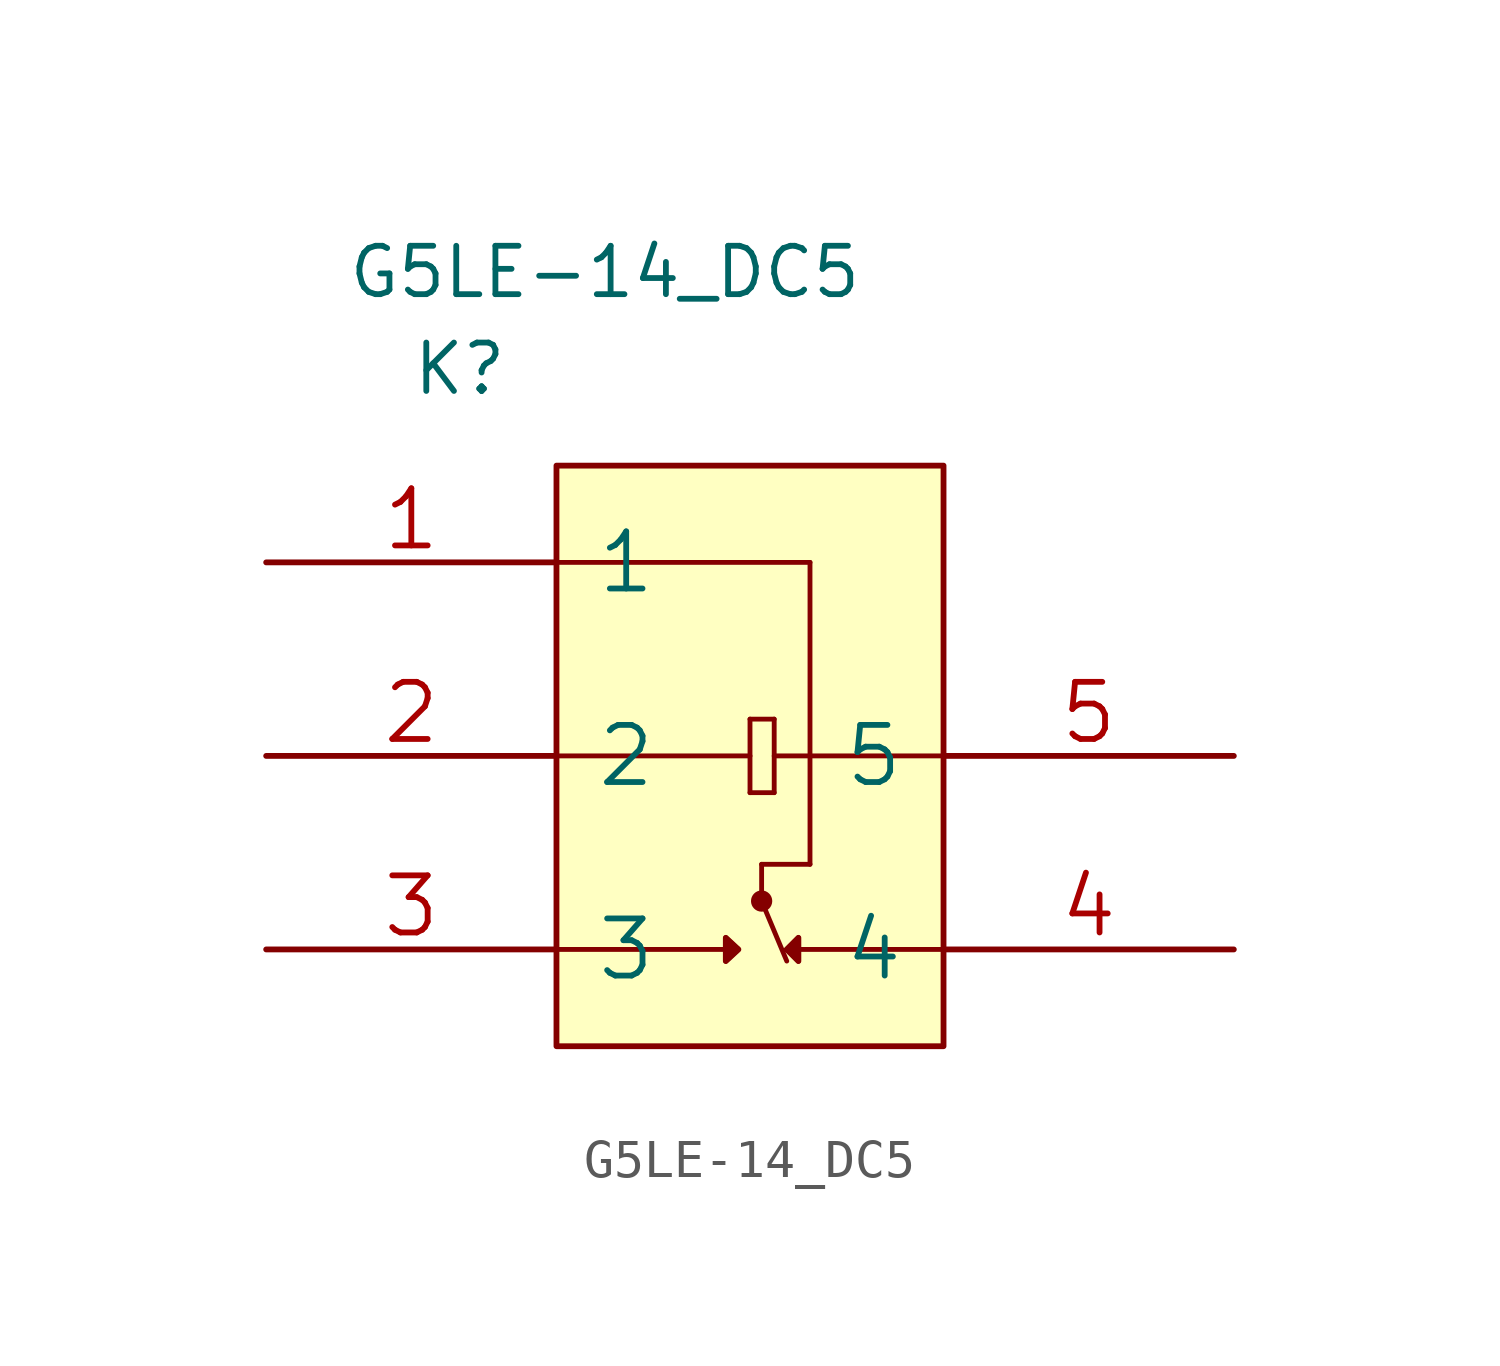
<source format=kicad_sym>
(kicad_symbol_lib
  (version 20241209)
  (generator "kicad_symbol_editor")
  (generator_version "9.0")
  (symbol "G5LE-14_DC5"
    (pin_names
      (offset 1.016))
    (property "Reference" "K"
      (at -2.54 2.54 0)
      (effects (font (size 1.27 1.27))))
    (property "Value" "G5LE-14_DC5"
      (at 1.27 5.08 0)
      (effects (font (size 1.27 1.27))))
    (symbol "G5LE-14_DC5_0_1"
      (rectangle (start 0 0) (end 10.16 -15.24) (stroke (width 0) (type solid)) (fill (type background))))
    (symbol "G5LE-14_DC5_1_1"
      (polyline (pts (xy 0 -2.54) (xy 6.655 -2.54)) (stroke (width 0.127) (type solid)) (fill (type none)))
      (polyline (pts (xy 0 -7.62) (xy 5.08 -7.62)) (stroke (width 0.127) (type solid)) (fill (type none)))
      (polyline (pts (xy 0 -12.7) (xy 4.445 -12.7)) (stroke (width 0.127) (type solid)) (fill (type none)))
      (polyline (pts (xy 4.445 -12.395) (xy 4.445 -13.005)) (stroke (width 0.127) (type solid)) (fill (type none)))
      (polyline (pts (xy 4.445 -12.395) (xy 4.775 -12.7) (xy 4.445 -13.005) (xy 4.445 -12.395)) (stroke (width 0) (type solid)) (fill (type outline)))
      (polyline (pts (xy 4.445 -13.005) (xy 4.775 -12.7)) (stroke (width 0.127) (type solid)) (fill (type none)))
      (polyline (pts (xy 4.775 -12.7) (xy 4.445 -12.395)) (stroke (width 0.127) (type solid)) (fill (type none)))
      (polyline (pts (xy 5.08 -6.655) (xy 5.08 -8.585)) (stroke (width 0.127) (type solid)) (fill (type none)))
      (polyline (pts (xy 5.08 -6.655) (xy 5.715 -6.655)) (stroke (width 0.127) (type solid)) (fill (type none)))
      (polyline (pts (xy 5.08 -8.585) (xy 5.715 -8.585)) (stroke (width 0.127) (type solid)) (fill (type none)))
      (polyline (pts (xy 5.385 -10.465) (xy 6.655 -10.465)) (stroke (width 0.127) (type solid)) (fill (type none)))
      (polyline (pts (xy 5.385 -11.43) (xy 5.385 -10.465)) (stroke (width 0.127) (type solid)) (fill (type none)))
      (circle (center 5.385 -11.43) (radius 0.152) (stroke (width 0.254) (type solid)) (fill (type none)))
      (arc (start 5.5372 -11.43) (mid 5.2324 -11.43) (end 5.5372 -11.43) (stroke (width 0.254) (type solid)) (fill (type none)))
      (polyline (pts (xy 5.715 -6.655) (xy 5.715 -8.585)) (stroke (width 0.127) (type solid)) (fill (type none)))
      (polyline (pts (xy 5.715 -7.62) (xy 10.16 -7.62)) (stroke (width 0.127) (type solid)) (fill (type none)))
      (polyline (pts (xy 6.045 -12.7) (xy 6.35 -12.395)) (stroke (width 0.127) (type solid)) (fill (type none)))
      (polyline (pts (xy 6.045 -12.7) (xy 6.35 -13.005)) (stroke (width 0.127) (type solid)) (fill (type none)))
      (polyline (pts (xy 6.045 -12.7) (xy 10.16 -12.7)) (stroke (width 0.127) (type solid)) (fill (type none)))
      (polyline (pts (xy 6.045 -12.7) (xy 6.35 -12.395) (xy 6.35 -13.005) (xy 6.045 -12.7)) (stroke (width 0) (type solid)) (fill (type outline)))
      (polyline (pts (xy 6.045 -13.005) (xy 5.385 -11.43)) (stroke (width 0.127) (type solid)) (fill (type none)))
      (polyline (pts (xy 6.35 -12.395) (xy 6.35 -13.005)) (stroke (width 0.127) (type solid)) (fill (type none)))
      (polyline (pts (xy 6.655 -2.54) (xy 6.655 -10.465)) (stroke (width 0.127) (type solid)) (fill (type none)))
      (pin unspecified line (at -7.62 -2.54 0) (length 7.62) (name "1" (effects (font (size 1.499 1.499)))) (number "1" (effects (font (size 1.499 1.499)))))
      (pin unspecified line (at -7.62 -7.62 0) (length 7.62) (name "2" (effects (font (size 1.499 1.499)))) (number "2" (effects (font (size 1.499 1.499)))))
      (pin unspecified line (at -7.62 -12.7 0) (length 7.62) (name "3" (effects (font (size 1.499 1.499)))) (number "3" (effects (font (size 1.499 1.499)))))
      (pin unspecified line (at 17.78 -7.62 180) (length 7.62) (name "5" (effects (font (size 1.499 1.499)))) (number "5" (effects (font (size 1.499 1.499)))))
      (pin unspecified line (at 17.78 -12.7 180) (length 7.62) (name "4" (effects (font (size 1.499 1.499)))) (number "4" (effects (font (size 1.499 1.499))))))))
</source>
